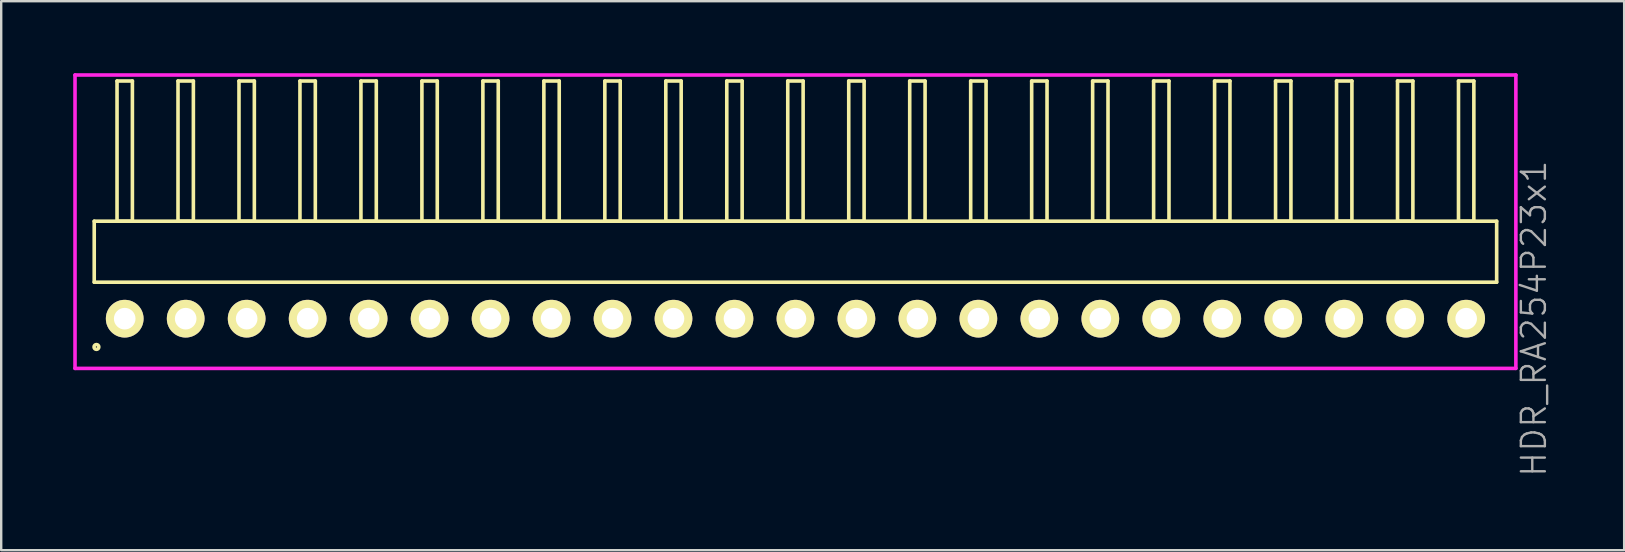
<source format=kicad_pcb>
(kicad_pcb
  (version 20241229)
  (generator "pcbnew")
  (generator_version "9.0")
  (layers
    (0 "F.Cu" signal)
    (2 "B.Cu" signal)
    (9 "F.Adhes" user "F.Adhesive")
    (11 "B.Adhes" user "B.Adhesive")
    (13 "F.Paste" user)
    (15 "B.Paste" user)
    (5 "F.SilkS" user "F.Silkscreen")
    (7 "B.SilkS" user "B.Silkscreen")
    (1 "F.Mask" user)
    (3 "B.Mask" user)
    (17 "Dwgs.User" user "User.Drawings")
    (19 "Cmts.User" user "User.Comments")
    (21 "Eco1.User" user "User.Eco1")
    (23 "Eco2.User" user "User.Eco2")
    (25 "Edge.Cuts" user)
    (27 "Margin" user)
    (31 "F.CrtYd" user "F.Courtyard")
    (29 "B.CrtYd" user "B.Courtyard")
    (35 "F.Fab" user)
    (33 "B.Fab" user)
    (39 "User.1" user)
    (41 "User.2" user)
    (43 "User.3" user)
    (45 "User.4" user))
  (footprint "HDR_RA254P23x1"
    (layer "F.Cu")
    (at 30.085 10.225)
    (property "Reference" "HDR_RA254P23x1" (at 30.76 0 90) (layer "F.Fab") (effects (font (size 1 1) (thickness 0.1))))
    (attr through_hole)
    (fp_line (start -29.21 -4.06) (end -29.21 -1.52) (stroke (width 0.15) (type solid)) (layer "F.SilkS"))
    (fp_line (start -29.21 -1.52) (end 29.21 -1.52) (stroke (width 0.15) (type solid)) (layer "F.SilkS"))
    (fp_line (start -28.26 -9.9) (end -28.26 -4.06) (stroke (width 0.15) (type solid)) (layer "F.SilkS"))
    (fp_line (start -28.26 -4.06) (end -27.62 -4.06) (stroke (width 0.15) (type solid)) (layer "F.SilkS"))
    (fp_line (start -27.62 -9.9) (end -28.26 -9.9) (stroke (width 0.15) (type solid)) (layer "F.SilkS"))
    (fp_line (start -27.62 -4.06) (end -27.62 -9.9) (stroke (width 0.15) (type solid)) (layer "F.SilkS"))
    (fp_line (start -25.72 -9.9) (end -25.72 -4.06) (stroke (width 0.15) (type solid)) (layer "F.SilkS"))
    (fp_line (start -25.72 -4.06) (end -25.08 -4.06) (stroke (width 0.15) (type solid)) (layer "F.SilkS"))
    (fp_line (start -25.08 -9.9) (end -25.72 -9.9) (stroke (width 0.15) (type solid)) (layer "F.SilkS"))
    (fp_line (start -25.08 -4.06) (end -25.08 -9.9) (stroke (width 0.15) (type solid)) (layer "F.SilkS"))
    (fp_line (start -23.18 -9.9) (end -23.18 -4.06) (stroke (width 0.15) (type solid)) (layer "F.SilkS"))
    (fp_line (start -23.18 -4.06) (end -22.54 -4.06) (stroke (width 0.15) (type solid)) (layer "F.SilkS"))
    (fp_line (start -22.54 -9.9) (end -23.18 -9.9) (stroke (width 0.15) (type solid)) (layer "F.SilkS"))
    (fp_line (start -22.54 -4.06) (end -22.54 -9.9) (stroke (width 0.15) (type solid)) (layer "F.SilkS"))
    (fp_line (start -20.64 -9.9) (end -20.64 -4.06) (stroke (width 0.15) (type solid)) (layer "F.SilkS"))
    (fp_line (start -20.64 -4.06) (end -20 -4.06) (stroke (width 0.15) (type solid)) (layer "F.SilkS"))
    (fp_line (start -20 -9.9) (end -20.64 -9.9) (stroke (width 0.15) (type solid)) (layer "F.SilkS"))
    (fp_line (start -20 -4.06) (end -20 -9.9) (stroke (width 0.15) (type solid)) (layer "F.SilkS"))
    (fp_line (start -18.1 -9.9) (end -18.1 -4.06) (stroke (width 0.15) (type solid)) (layer "F.SilkS"))
    (fp_line (start -18.1 -4.06) (end -17.46 -4.06) (stroke (width 0.15) (type solid)) (layer "F.SilkS"))
    (fp_line (start -17.46 -9.9) (end -18.1 -9.9) (stroke (width 0.15) (type solid)) (layer "F.SilkS"))
    (fp_line (start -17.46 -4.06) (end -17.46 -9.9) (stroke (width 0.15) (type solid)) (layer "F.SilkS"))
    (fp_line (start -15.56 -9.9) (end -15.56 -4.06) (stroke (width 0.15) (type solid)) (layer "F.SilkS"))
    (fp_line (start -15.56 -4.06) (end -14.92 -4.06) (stroke (width 0.15) (type solid)) (layer "F.SilkS"))
    (fp_line (start -14.92 -9.9) (end -15.56 -9.9) (stroke (width 0.15) (type solid)) (layer "F.SilkS"))
    (fp_line (start -14.92 -4.06) (end -14.92 -9.9) (stroke (width 0.15) (type solid)) (layer "F.SilkS"))
    (fp_line (start -13.02 -9.9) (end -13.02 -4.06) (stroke (width 0.15) (type solid)) (layer "F.SilkS"))
    (fp_line (start -13.02 -4.06) (end -12.38 -4.06) (stroke (width 0.15) (type solid)) (layer "F.SilkS"))
    (fp_line (start -12.38 -9.9) (end -13.02 -9.9) (stroke (width 0.15) (type solid)) (layer "F.SilkS"))
    (fp_line (start -12.38 -4.06) (end -12.38 -9.9) (stroke (width 0.15) (type solid)) (layer "F.SilkS"))
    (fp_line (start -10.48 -9.9) (end -10.48 -4.06) (stroke (width 0.15) (type solid)) (layer "F.SilkS"))
    (fp_line (start -10.48 -4.06) (end -9.84 -4.06) (stroke (width 0.15) (type solid)) (layer "F.SilkS"))
    (fp_line (start -9.84 -9.9) (end -10.48 -9.9) (stroke (width 0.15) (type solid)) (layer "F.SilkS"))
    (fp_line (start -9.84 -4.06) (end -9.84 -9.9) (stroke (width 0.15) (type solid)) (layer "F.SilkS"))
    (fp_line (start -7.94 -9.9) (end -7.94 -4.06) (stroke (width 0.15) (type solid)) (layer "F.SilkS"))
    (fp_line (start -7.94 -4.06) (end -7.3 -4.06) (stroke (width 0.15) (type solid)) (layer "F.SilkS"))
    (fp_line (start -7.3 -9.9) (end -7.94 -9.9) (stroke (width 0.15) (type solid)) (layer "F.SilkS"))
    (fp_line (start -7.3 -4.06) (end -7.3 -9.9) (stroke (width 0.15) (type solid)) (layer "F.SilkS"))
    (fp_line (start -5.4 -9.9) (end -5.4 -4.06) (stroke (width 0.15) (type solid)) (layer "F.SilkS"))
    (fp_line (start -5.4 -4.06) (end -4.76 -4.06) (stroke (width 0.15) (type solid)) (layer "F.SilkS"))
    (fp_line (start -4.76 -9.9) (end -5.4 -9.9) (stroke (width 0.15) (type solid)) (layer "F.SilkS"))
    (fp_line (start -4.76 -4.06) (end -4.76 -9.9) (stroke (width 0.15) (type solid)) (layer "F.SilkS"))
    (fp_line (start -2.86 -9.9) (end -2.86 -4.06) (stroke (width 0.15) (type solid)) (layer "F.SilkS"))
    (fp_line (start -2.86 -4.06) (end -2.22 -4.06) (stroke (width 0.15) (type solid)) (layer "F.SilkS"))
    (fp_line (start -2.22 -9.9) (end -2.86 -9.9) (stroke (width 0.15) (type solid)) (layer "F.SilkS"))
    (fp_line (start -2.22 -4.06) (end -2.22 -9.9) (stroke (width 0.15) (type solid)) (layer "F.SilkS"))
    (fp_line (start -0.32 -9.9) (end -0.32 -4.06) (stroke (width 0.15) (type solid)) (layer "F.SilkS"))
    (fp_line (start -0.32 -4.06) (end 0.32 -4.06) (stroke (width 0.15) (type solid)) (layer "F.SilkS"))
    (fp_line (start 0.32 -9.9) (end -0.32 -9.9) (stroke (width 0.15) (type solid)) (layer "F.SilkS"))
    (fp_line (start 0.32 -4.06) (end 0.32 -9.9) (stroke (width 0.15) (type solid)) (layer "F.SilkS"))
    (fp_line (start 2.22 -9.9) (end 2.22 -4.06) (stroke (width 0.15) (type solid)) (layer "F.SilkS"))
    (fp_line (start 2.22 -4.06) (end 2.86 -4.06) (stroke (width 0.15) (type solid)) (layer "F.SilkS"))
    (fp_line (start 2.86 -9.9) (end 2.22 -9.9) (stroke (width 0.15) (type solid)) (layer "F.SilkS"))
    (fp_line (start 2.86 -4.06) (end 2.86 -9.9) (stroke (width 0.15) (type solid)) (layer "F.SilkS"))
    (fp_line (start 4.76 -9.9) (end 4.76 -4.06) (stroke (width 0.15) (type solid)) (layer "F.SilkS"))
    (fp_line (start 4.76 -4.06) (end 5.4 -4.06) (stroke (width 0.15) (type solid)) (layer "F.SilkS"))
    (fp_line (start 5.4 -9.9) (end 4.76 -9.9) (stroke (width 0.15) (type solid)) (layer "F.SilkS"))
    (fp_line (start 5.4 -4.06) (end 5.4 -9.9) (stroke (width 0.15) (type solid)) (layer "F.SilkS"))
    (fp_line (start 7.3 -9.9) (end 7.3 -4.06) (stroke (width 0.15) (type solid)) (layer "F.SilkS"))
    (fp_line (start 7.3 -4.06) (end 7.94 -4.06) (stroke (width 0.15) (type solid)) (layer "F.SilkS"))
    (fp_line (start 7.94 -9.9) (end 7.3 -9.9) (stroke (width 0.15) (type solid)) (layer "F.SilkS"))
    (fp_line (start 7.94 -4.06) (end 7.94 -9.9) (stroke (width 0.15) (type solid)) (layer "F.SilkS"))
    (fp_line (start 9.84 -9.9) (end 9.84 -4.06) (stroke (width 0.15) (type solid)) (layer "F.SilkS"))
    (fp_line (start 9.84 -4.06) (end 10.48 -4.06) (stroke (width 0.15) (type solid)) (layer "F.SilkS"))
    (fp_line (start 10.48 -9.9) (end 9.84 -9.9) (stroke (width 0.15) (type solid)) (layer "F.SilkS"))
    (fp_line (start 10.48 -4.06) (end 10.48 -9.9) (stroke (width 0.15) (type solid)) (layer "F.SilkS"))
    (fp_line (start 12.38 -9.9) (end 12.38 -4.06) (stroke (width 0.15) (type solid)) (layer "F.SilkS"))
    (fp_line (start 12.38 -4.06) (end 13.02 -4.06) (stroke (width 0.15) (type solid)) (layer "F.SilkS"))
    (fp_line (start 13.02 -9.9) (end 12.38 -9.9) (stroke (width 0.15) (type solid)) (layer "F.SilkS"))
    (fp_line (start 13.02 -4.06) (end 13.02 -9.9) (stroke (width 0.15) (type solid)) (layer "F.SilkS"))
    (fp_line (start 14.92 -9.9) (end 14.92 -4.06) (stroke (width 0.15) (type solid)) (layer "F.SilkS"))
    (fp_line (start 14.92 -4.06) (end 15.56 -4.06) (stroke (width 0.15) (type solid)) (layer "F.SilkS"))
    (fp_line (start 15.56 -9.9) (end 14.92 -9.9) (stroke (width 0.15) (type solid)) (layer "F.SilkS"))
    (fp_line (start 15.56 -4.06) (end 15.56 -9.9) (stroke (width 0.15) (type solid)) (layer "F.SilkS"))
    (fp_line (start 17.46 -9.9) (end 17.46 -4.06) (stroke (width 0.15) (type solid)) (layer "F.SilkS"))
    (fp_line (start 17.46 -4.06) (end 18.1 -4.06) (stroke (width 0.15) (type solid)) (layer "F.SilkS"))
    (fp_line (start 18.1 -9.9) (end 17.46 -9.9) (stroke (width 0.15) (type solid)) (layer "F.SilkS"))
    (fp_line (start 18.1 -4.06) (end 18.1 -9.9) (stroke (width 0.15) (type solid)) (layer "F.SilkS"))
    (fp_line (start 20 -9.9) (end 20 -4.06) (stroke (width 0.15) (type solid)) (layer "F.SilkS"))
    (fp_line (start 20 -4.06) (end 20.64 -4.06) (stroke (width 0.15) (type solid)) (layer "F.SilkS"))
    (fp_line (start 20.64 -9.9) (end 20 -9.9) (stroke (width 0.15) (type solid)) (layer "F.SilkS"))
    (fp_line (start 20.64 -4.06) (end 20.64 -9.9) (stroke (width 0.15) (type solid)) (layer "F.SilkS"))
    (fp_line (start 22.54 -9.9) (end 22.54 -4.06) (stroke (width 0.15) (type solid)) (layer "F.SilkS"))
    (fp_line (start 22.54 -4.06) (end 23.18 -4.06) (stroke (width 0.15) (type solid)) (layer "F.SilkS"))
    (fp_line (start 23.18 -9.9) (end 22.54 -9.9) (stroke (width 0.15) (type solid)) (layer "F.SilkS"))
    (fp_line (start 23.18 -4.06) (end 23.18 -9.9) (stroke (width 0.15) (type solid)) (layer "F.SilkS"))
    (fp_line (start 25.08 -9.9) (end 25.08 -4.06) (stroke (width 0.15) (type solid)) (layer "F.SilkS"))
    (fp_line (start 25.08 -4.06) (end 25.72 -4.06) (stroke (width 0.15) (type solid)) (layer "F.SilkS"))
    (fp_line (start 25.72 -9.9) (end 25.08 -9.9) (stroke (width 0.15) (type solid)) (layer "F.SilkS"))
    (fp_line (start 25.72 -4.06) (end 25.72 -9.9) (stroke (width 0.15) (type solid)) (layer "F.SilkS"))
    (fp_line (start 27.62 -9.9) (end 27.62 -4.06) (stroke (width 0.15) (type solid)) (layer "F.SilkS"))
    (fp_line (start 27.62 -4.06) (end 28.26 -4.06) (stroke (width 0.15) (type solid)) (layer "F.SilkS"))
    (fp_line (start 28.26 -9.9) (end 27.62 -9.9) (stroke (width 0.15) (type solid)) (layer "F.SilkS"))
    (fp_line (start 28.26 -4.06) (end 28.26 -9.9) (stroke (width 0.15) (type solid)) (layer "F.SilkS"))
    (fp_line (start 29.21 -4.06) (end -29.21 -4.06) (stroke (width 0.15) (type solid)) (layer "F.SilkS"))
    (fp_line (start 29.21 -1.52) (end 29.21 -4.06) (stroke (width 0.15) (type solid)) (layer "F.SilkS"))
    (fp_circle (center -29.118 1.178) (end -29.018 1.178) (stroke (width 0.15) (type solid)) (fill no) (layer "F.SilkS"))
    (fp_line (start -30.01 -10.15) (end -30.01 2.07) (stroke (width 0.15) (type solid)) (layer "F.CrtYd"))
    (fp_line (start -30.01 2.07) (end 30.01 2.07) (stroke (width 0.15) (type solid)) (layer "F.CrtYd"))
    (fp_line (start 30.01 -10.15) (end -30.01 -10.15) (stroke (width 0.15) (type solid)) (layer "F.CrtYd"))
    (fp_line (start 30.01 2.07) (end 30.01 -10.15) (stroke (width 0.15) (type solid)) (layer "F.CrtYd"))
    (pad "1" thru_hole oval (at -27.94 0) (size 1.57 1.57) (drill 0.9) (layers "*.Cu" "*.Mask" "F.SilkS"))
    (pad "2" thru_hole oval (at -25.4 0) (size 1.57 1.57) (drill 0.9) (layers "*.Cu" "*.Mask" "F.SilkS"))
    (pad "3" thru_hole oval (at -22.86 0) (size 1.57 1.57) (drill 0.9) (layers "*.Cu" "*.Mask" "F.SilkS"))
    (pad "4" thru_hole oval (at -20.32 0) (size 1.57 1.57) (drill 0.9) (layers "*.Cu" "*.Mask" "F.SilkS"))
    (pad "5" thru_hole oval (at -17.78 0) (size 1.57 1.57) (drill 0.9) (layers "*.Cu" "*.Mask" "F.SilkS"))
    (pad "6" thru_hole oval (at -15.24 0) (size 1.57 1.57) (drill 0.9) (layers "*.Cu" "*.Mask" "F.SilkS"))
    (pad "7" thru_hole oval (at -12.7 0) (size 1.57 1.57) (drill 0.9) (layers "*.Cu" "*.Mask" "F.SilkS"))
    (pad "8" thru_hole oval (at -10.16 0) (size 1.57 1.57) (drill 0.9) (layers "*.Cu" "*.Mask" "F.SilkS"))
    (pad "9" thru_hole oval (at -7.62 0) (size 1.57 1.57) (drill 0.9) (layers "*.Cu" "*.Mask" "F.SilkS"))
    (pad "10" thru_hole oval (at -5.08 0) (size 1.57 1.57) (drill 0.9) (layers "*.Cu" "*.Mask" "F.SilkS"))
    (pad "11" thru_hole oval (at -2.54 0) (size 1.57 1.57) (drill 0.9) (layers "*.Cu" "*.Mask" "F.SilkS"))
    (pad "12" thru_hole oval (at 0 0) (size 1.57 1.57) (drill 0.9) (layers "*.Cu" "*.Mask" "F.SilkS"))
    (pad "13" thru_hole oval (at 2.54 0) (size 1.57 1.57) (drill 0.9) (layers "*.Cu" "*.Mask" "F.SilkS"))
    (pad "14" thru_hole oval (at 5.08 0) (size 1.57 1.57) (drill 0.9) (layers "*.Cu" "*.Mask" "F.SilkS"))
    (pad "15" thru_hole oval (at 7.62 0) (size 1.57 1.57) (drill 0.9) (layers "*.Cu" "*.Mask" "F.SilkS"))
    (pad "16" thru_hole oval (at 10.16 0) (size 1.57 1.57) (drill 0.9) (layers "*.Cu" "*.Mask" "F.SilkS"))
    (pad "17" thru_hole oval (at 12.7 0) (size 1.57 1.57) (drill 0.9) (layers "*.Cu" "*.Mask" "F.SilkS"))
    (pad "18" thru_hole oval (at 15.24 0) (size 1.57 1.57) (drill 0.9) (layers "*.Cu" "*.Mask" "F.SilkS"))
    (pad "19" thru_hole oval (at 17.78 0) (size 1.57 1.57) (drill 0.9) (layers "*.Cu" "*.Mask" "F.SilkS"))
    (pad "20" thru_hole oval (at 20.32 0) (size 1.57 1.57) (drill 0.9) (layers "*.Cu" "*.Mask" "F.SilkS"))
    (pad "21" thru_hole oval (at 22.86 0) (size 1.57 1.57) (drill 0.9) (layers "*.Cu" "*.Mask" "F.SilkS"))
    (pad "22" thru_hole oval (at 25.4 0) (size 1.57 1.57) (drill 0.9) (layers "*.Cu" "*.Mask" "F.SilkS"))
    (pad "23" thru_hole oval (at 27.94 0) (size 1.57 1.57) (drill 0.9) (layers "*.Cu" "*.Mask" "F.SilkS")))
  (gr_rect
    (start -3 -3)
    (end 64.606 19.87)
    (stroke (width 0.1) (type default))
    (fill no)
    (layer "Edge.Cuts")))
</source>
